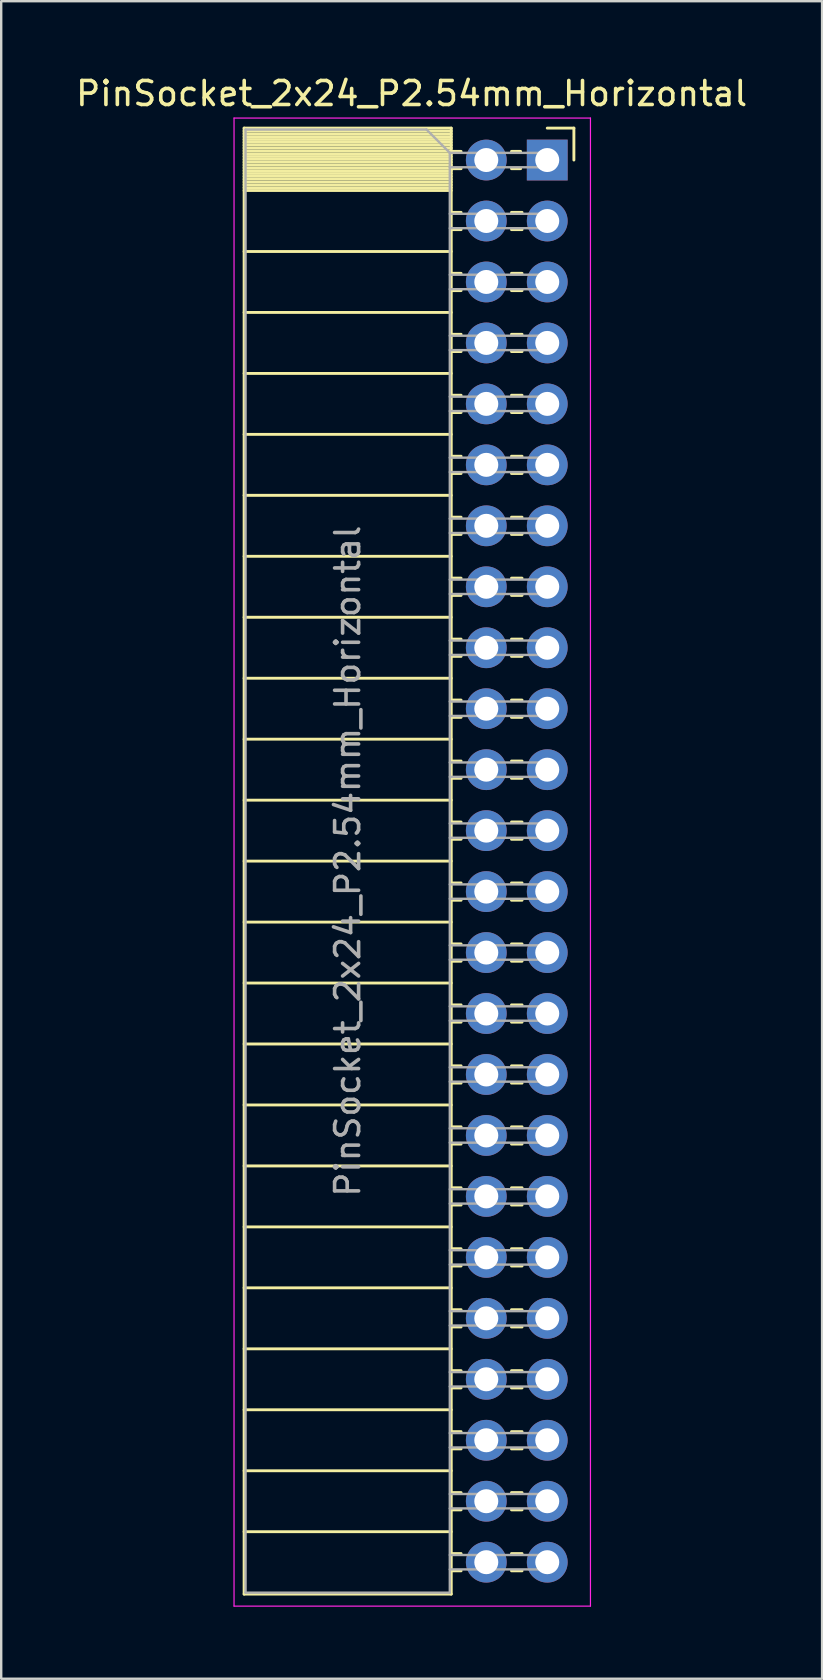
<source format=kicad_pcb>
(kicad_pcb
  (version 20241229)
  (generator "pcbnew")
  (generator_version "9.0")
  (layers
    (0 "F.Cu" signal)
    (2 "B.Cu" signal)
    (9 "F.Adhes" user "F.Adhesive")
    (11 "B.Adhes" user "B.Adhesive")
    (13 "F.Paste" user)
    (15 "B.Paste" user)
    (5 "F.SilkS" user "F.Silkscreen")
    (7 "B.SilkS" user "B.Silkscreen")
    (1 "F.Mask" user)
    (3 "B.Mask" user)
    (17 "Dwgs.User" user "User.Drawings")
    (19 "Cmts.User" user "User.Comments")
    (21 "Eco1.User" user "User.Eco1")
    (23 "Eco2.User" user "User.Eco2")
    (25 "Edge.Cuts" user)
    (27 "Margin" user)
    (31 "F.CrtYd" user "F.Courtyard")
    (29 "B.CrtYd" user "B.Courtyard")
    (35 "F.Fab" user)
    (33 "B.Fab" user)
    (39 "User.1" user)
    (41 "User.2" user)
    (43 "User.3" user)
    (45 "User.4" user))
  (footprint "PinSocket_2x24_P2.54mm_Horizontal"
    (layer "F.Cu")
    (at 19.751 3.618)
    (property "Reference" "PinSocket_2x24_P2.54mm_Horizontal" (at -5.65 -2.77 0) (layer "F.SilkS") (effects (font (size 1 1) (thickness 0.15))))
    (attr through_hole)
    (fp_line (start -12.63 -1.33) (end -12.63 59.75) (stroke (width 0.12) (type solid)) (layer "F.SilkS"))
    (fp_line (start -12.63 -1.33) (end -4 -1.33) (stroke (width 0.12) (type solid)) (layer "F.SilkS"))
    (fp_line (start -12.63 -1.21) (end -4 -1.21) (stroke (width 0.12) (type solid)) (layer "F.SilkS"))
    (fp_line (start -12.63 -1.092) (end -4 -1.092) (stroke (width 0.12) (type solid)) (layer "F.SilkS"))
    (fp_line (start -12.63 -0.974) (end -4 -0.974) (stroke (width 0.12) (type solid)) (layer "F.SilkS"))
    (fp_line (start -12.63 -0.856) (end -4 -0.856) (stroke (width 0.12) (type solid)) (layer "F.SilkS"))
    (fp_line (start -12.63 -0.738) (end -4 -0.738) (stroke (width 0.12) (type solid)) (layer "F.SilkS"))
    (fp_line (start -12.63 -0.62) (end -4 -0.62) (stroke (width 0.12) (type solid)) (layer "F.SilkS"))
    (fp_line (start -12.63 -0.501) (end -4 -0.501) (stroke (width 0.12) (type solid)) (layer "F.SilkS"))
    (fp_line (start -12.63 -0.383) (end -4 -0.383) (stroke (width 0.12) (type solid)) (layer "F.SilkS"))
    (fp_line (start -12.63 -0.265) (end -4 -0.265) (stroke (width 0.12) (type solid)) (layer "F.SilkS"))
    (fp_line (start -12.63 -0.147) (end -4 -0.147) (stroke (width 0.12) (type solid)) (layer "F.SilkS"))
    (fp_line (start -12.63 -0.029) (end -4 -0.029) (stroke (width 0.12) (type solid)) (layer "F.SilkS"))
    (fp_line (start -12.63 0.089) (end -4 0.089) (stroke (width 0.12) (type solid)) (layer "F.SilkS"))
    (fp_line (start -12.63 0.207) (end -4 0.207) (stroke (width 0.12) (type solid)) (layer "F.SilkS"))
    (fp_line (start -12.63 0.325) (end -4 0.325) (stroke (width 0.12) (type solid)) (layer "F.SilkS"))
    (fp_line (start -12.63 0.443) (end -4 0.443) (stroke (width 0.12) (type solid)) (layer "F.SilkS"))
    (fp_line (start -12.63 0.561) (end -4 0.561) (stroke (width 0.12) (type solid)) (layer "F.SilkS"))
    (fp_line (start -12.63 0.68) (end -4 0.68) (stroke (width 0.12) (type solid)) (layer "F.SilkS"))
    (fp_line (start -12.63 0.798) (end -4 0.798) (stroke (width 0.12) (type solid)) (layer "F.SilkS"))
    (fp_line (start -12.63 0.916) (end -4 0.916) (stroke (width 0.12) (type solid)) (layer "F.SilkS"))
    (fp_line (start -12.63 1.034) (end -4 1.034) (stroke (width 0.12) (type solid)) (layer "F.SilkS"))
    (fp_line (start -12.63 1.152) (end -4 1.152) (stroke (width 0.12) (type solid)) (layer "F.SilkS"))
    (fp_line (start -12.63 1.27) (end -4 1.27) (stroke (width 0.12) (type solid)) (layer "F.SilkS"))
    (fp_line (start -12.63 3.81) (end -4 3.81) (stroke (width 0.12) (type solid)) (layer "F.SilkS"))
    (fp_line (start -12.63 6.35) (end -4 6.35) (stroke (width 0.12) (type solid)) (layer "F.SilkS"))
    (fp_line (start -12.63 8.89) (end -4 8.89) (stroke (width 0.12) (type solid)) (layer "F.SilkS"))
    (fp_line (start -12.63 11.43) (end -4 11.43) (stroke (width 0.12) (type solid)) (layer "F.SilkS"))
    (fp_line (start -12.63 13.97) (end -4 13.97) (stroke (width 0.12) (type solid)) (layer "F.SilkS"))
    (fp_line (start -12.63 16.51) (end -4 16.51) (stroke (width 0.12) (type solid)) (layer "F.SilkS"))
    (fp_line (start -12.63 19.05) (end -4 19.05) (stroke (width 0.12) (type solid)) (layer "F.SilkS"))
    (fp_line (start -12.63 21.59) (end -4 21.59) (stroke (width 0.12) (type solid)) (layer "F.SilkS"))
    (fp_line (start -12.63 24.13) (end -4 24.13) (stroke (width 0.12) (type solid)) (layer "F.SilkS"))
    (fp_line (start -12.63 26.67) (end -4 26.67) (stroke (width 0.12) (type solid)) (layer "F.SilkS"))
    (fp_line (start -12.63 29.21) (end -4 29.21) (stroke (width 0.12) (type solid)) (layer "F.SilkS"))
    (fp_line (start -12.63 31.75) (end -4 31.75) (stroke (width 0.12) (type solid)) (layer "F.SilkS"))
    (fp_line (start -12.63 34.29) (end -4 34.29) (stroke (width 0.12) (type solid)) (layer "F.SilkS"))
    (fp_line (start -12.63 36.83) (end -4 36.83) (stroke (width 0.12) (type solid)) (layer "F.SilkS"))
    (fp_line (start -12.63 39.37) (end -4 39.37) (stroke (width 0.12) (type solid)) (layer "F.SilkS"))
    (fp_line (start -12.63 41.91) (end -4 41.91) (stroke (width 0.12) (type solid)) (layer "F.SilkS"))
    (fp_line (start -12.63 44.45) (end -4 44.45) (stroke (width 0.12) (type solid)) (layer "F.SilkS"))
    (fp_line (start -12.63 46.99) (end -4 46.99) (stroke (width 0.12) (type solid)) (layer "F.SilkS"))
    (fp_line (start -12.63 49.53) (end -4 49.53) (stroke (width 0.12) (type solid)) (layer "F.SilkS"))
    (fp_line (start -12.63 52.07) (end -4 52.07) (stroke (width 0.12) (type solid)) (layer "F.SilkS"))
    (fp_line (start -12.63 54.61) (end -4 54.61) (stroke (width 0.12) (type solid)) (layer "F.SilkS"))
    (fp_line (start -12.63 57.15) (end -4 57.15) (stroke (width 0.12) (type solid)) (layer "F.SilkS"))
    (fp_line (start -12.63 59.75) (end -4 59.75) (stroke (width 0.12) (type solid)) (layer "F.SilkS"))
    (fp_line (start -4 -1.33) (end -4 59.75) (stroke (width 0.12) (type solid)) (layer "F.SilkS"))
    (fp_line (start -4 -0.36) (end -3.59 -0.36) (stroke (width 0.12) (type solid)) (layer "F.SilkS"))
    (fp_line (start -4 0.36) (end -3.59 0.36) (stroke (width 0.12) (type solid)) (layer "F.SilkS"))
    (fp_line (start -4 2.18) (end -3.59 2.18) (stroke (width 0.12) (type solid)) (layer "F.SilkS"))
    (fp_line (start -4 2.9) (end -3.59 2.9) (stroke (width 0.12) (type solid)) (layer "F.SilkS"))
    (fp_line (start -4 4.72) (end -3.59 4.72) (stroke (width 0.12) (type solid)) (layer "F.SilkS"))
    (fp_line (start -4 5.44) (end -3.59 5.44) (stroke (width 0.12) (type solid)) (layer "F.SilkS"))
    (fp_line (start -4 7.26) (end -3.59 7.26) (stroke (width 0.12) (type solid)) (layer "F.SilkS"))
    (fp_line (start -4 7.98) (end -3.59 7.98) (stroke (width 0.12) (type solid)) (layer "F.SilkS"))
    (fp_line (start -4 9.8) (end -3.59 9.8) (stroke (width 0.12) (type solid)) (layer "F.SilkS"))
    (fp_line (start -4 10.52) (end -3.59 10.52) (stroke (width 0.12) (type solid)) (layer "F.SilkS"))
    (fp_line (start -4 12.34) (end -3.59 12.34) (stroke (width 0.12) (type solid)) (layer "F.SilkS"))
    (fp_line (start -4 13.06) (end -3.59 13.06) (stroke (width 0.12) (type solid)) (layer "F.SilkS"))
    (fp_line (start -4 14.88) (end -3.59 14.88) (stroke (width 0.12) (type solid)) (layer "F.SilkS"))
    (fp_line (start -4 15.6) (end -3.59 15.6) (stroke (width 0.12) (type solid)) (layer "F.SilkS"))
    (fp_line (start -4 17.42) (end -3.59 17.42) (stroke (width 0.12) (type solid)) (layer "F.SilkS"))
    (fp_line (start -4 18.14) (end -3.59 18.14) (stroke (width 0.12) (type solid)) (layer "F.SilkS"))
    (fp_line (start -4 19.96) (end -3.59 19.96) (stroke (width 0.12) (type solid)) (layer "F.SilkS"))
    (fp_line (start -4 20.68) (end -3.59 20.68) (stroke (width 0.12) (type solid)) (layer "F.SilkS"))
    (fp_line (start -4 22.5) (end -3.59 22.5) (stroke (width 0.12) (type solid)) (layer "F.SilkS"))
    (fp_line (start -4 23.22) (end -3.59 23.22) (stroke (width 0.12) (type solid)) (layer "F.SilkS"))
    (fp_line (start -4 25.04) (end -3.59 25.04) (stroke (width 0.12) (type solid)) (layer "F.SilkS"))
    (fp_line (start -4 25.76) (end -3.59 25.76) (stroke (width 0.12) (type solid)) (layer "F.SilkS"))
    (fp_line (start -4 27.58) (end -3.59 27.58) (stroke (width 0.12) (type solid)) (layer "F.SilkS"))
    (fp_line (start -4 28.3) (end -3.59 28.3) (stroke (width 0.12) (type solid)) (layer "F.SilkS"))
    (fp_line (start -4 30.12) (end -3.59 30.12) (stroke (width 0.12) (type solid)) (layer "F.SilkS"))
    (fp_line (start -4 30.84) (end -3.59 30.84) (stroke (width 0.12) (type solid)) (layer "F.SilkS"))
    (fp_line (start -4 32.66) (end -3.59 32.66) (stroke (width 0.12) (type solid)) (layer "F.SilkS"))
    (fp_line (start -4 33.38) (end -3.59 33.38) (stroke (width 0.12) (type solid)) (layer "F.SilkS"))
    (fp_line (start -4 35.2) (end -3.59 35.2) (stroke (width 0.12) (type solid)) (layer "F.SilkS"))
    (fp_line (start -4 35.92) (end -3.59 35.92) (stroke (width 0.12) (type solid)) (layer "F.SilkS"))
    (fp_line (start -4 37.74) (end -3.59 37.74) (stroke (width 0.12) (type solid)) (layer "F.SilkS"))
    (fp_line (start -4 38.46) (end -3.59 38.46) (stroke (width 0.12) (type solid)) (layer "F.SilkS"))
    (fp_line (start -4 40.28) (end -3.59 40.28) (stroke (width 0.12) (type solid)) (layer "F.SilkS"))
    (fp_line (start -4 41) (end -3.59 41) (stroke (width 0.12) (type solid)) (layer "F.SilkS"))
    (fp_line (start -4 42.82) (end -3.59 42.82) (stroke (width 0.12) (type solid)) (layer "F.SilkS"))
    (fp_line (start -4 43.54) (end -3.59 43.54) (stroke (width 0.12) (type solid)) (layer "F.SilkS"))
    (fp_line (start -4 45.36) (end -3.59 45.36) (stroke (width 0.12) (type solid)) (layer "F.SilkS"))
    (fp_line (start -4 46.08) (end -3.59 46.08) (stroke (width 0.12) (type solid)) (layer "F.SilkS"))
    (fp_line (start -4 47.9) (end -3.59 47.9) (stroke (width 0.12) (type solid)) (layer "F.SilkS"))
    (fp_line (start -4 48.62) (end -3.59 48.62) (stroke (width 0.12) (type solid)) (layer "F.SilkS"))
    (fp_line (start -4 50.44) (end -3.59 50.44) (stroke (width 0.12) (type solid)) (layer "F.SilkS"))
    (fp_line (start -4 51.16) (end -3.59 51.16) (stroke (width 0.12) (type solid)) (layer "F.SilkS"))
    (fp_line (start -4 52.98) (end -3.59 52.98) (stroke (width 0.12) (type solid)) (layer "F.SilkS"))
    (fp_line (start -4 53.7) (end -3.59 53.7) (stroke (width 0.12) (type solid)) (layer "F.SilkS"))
    (fp_line (start -4 55.52) (end -3.59 55.52) (stroke (width 0.12) (type solid)) (layer "F.SilkS"))
    (fp_line (start -4 56.24) (end -3.59 56.24) (stroke (width 0.12) (type solid)) (layer "F.SilkS"))
    (fp_line (start -4 58.06) (end -3.59 58.06) (stroke (width 0.12) (type solid)) (layer "F.SilkS"))
    (fp_line (start -4 58.78) (end -3.59 58.78) (stroke (width 0.12) (type solid)) (layer "F.SilkS"))
    (fp_line (start -1.49 -0.36) (end -1.11 -0.36) (stroke (width 0.12) (type solid)) (layer "F.SilkS"))
    (fp_line (start -1.49 0.36) (end -1.11 0.36) (stroke (width 0.12) (type solid)) (layer "F.SilkS"))
    (fp_line (start -1.49 2.18) (end -1.05 2.18) (stroke (width 0.12) (type solid)) (layer "F.SilkS"))
    (fp_line (start -1.49 2.9) (end -1.05 2.9) (stroke (width 0.12) (type solid)) (layer "F.SilkS"))
    (fp_line (start -1.49 4.72) (end -1.05 4.72) (stroke (width 0.12) (type solid)) (layer "F.SilkS"))
    (fp_line (start -1.49 5.44) (end -1.05 5.44) (stroke (width 0.12) (type solid)) (layer "F.SilkS"))
    (fp_line (start -1.49 7.26) (end -1.05 7.26) (stroke (width 0.12) (type solid)) (layer "F.SilkS"))
    (fp_line (start -1.49 7.98) (end -1.05 7.98) (stroke (width 0.12) (type solid)) (layer "F.SilkS"))
    (fp_line (start -1.49 9.8) (end -1.05 9.8) (stroke (width 0.12) (type solid)) (layer "F.SilkS"))
    (fp_line (start -1.49 10.52) (end -1.05 10.52) (stroke (width 0.12) (type solid)) (layer "F.SilkS"))
    (fp_line (start -1.49 12.34) (end -1.05 12.34) (stroke (width 0.12) (type solid)) (layer "F.SilkS"))
    (fp_line (start -1.49 13.06) (end -1.05 13.06) (stroke (width 0.12) (type solid)) (layer "F.SilkS"))
    (fp_line (start -1.49 14.88) (end -1.05 14.88) (stroke (width 0.12) (type solid)) (layer "F.SilkS"))
    (fp_line (start -1.49 15.6) (end -1.05 15.6) (stroke (width 0.12) (type solid)) (layer "F.SilkS"))
    (fp_line (start -1.49 17.42) (end -1.05 17.42) (stroke (width 0.12) (type solid)) (layer "F.SilkS"))
    (fp_line (start -1.49 18.14) (end -1.05 18.14) (stroke (width 0.12) (type solid)) (layer "F.SilkS"))
    (fp_line (start -1.49 19.96) (end -1.05 19.96) (stroke (width 0.12) (type solid)) (layer "F.SilkS"))
    (fp_line (start -1.49 20.68) (end -1.05 20.68) (stroke (width 0.12) (type solid)) (layer "F.SilkS"))
    (fp_line (start -1.49 22.5) (end -1.05 22.5) (stroke (width 0.12) (type solid)) (layer "F.SilkS"))
    (fp_line (start -1.49 23.22) (end -1.05 23.22) (stroke (width 0.12) (type solid)) (layer "F.SilkS"))
    (fp_line (start -1.49 25.04) (end -1.05 25.04) (stroke (width 0.12) (type solid)) (layer "F.SilkS"))
    (fp_line (start -1.49 25.76) (end -1.05 25.76) (stroke (width 0.12) (type solid)) (layer "F.SilkS"))
    (fp_line (start -1.49 27.58) (end -1.05 27.58) (stroke (width 0.12) (type solid)) (layer "F.SilkS"))
    (fp_line (start -1.49 28.3) (end -1.05 28.3) (stroke (width 0.12) (type solid)) (layer "F.SilkS"))
    (fp_line (start -1.49 30.12) (end -1.05 30.12) (stroke (width 0.12) (type solid)) (layer "F.SilkS"))
    (fp_line (start -1.49 30.84) (end -1.05 30.84) (stroke (width 0.12) (type solid)) (layer "F.SilkS"))
    (fp_line (start -1.49 32.66) (end -1.05 32.66) (stroke (width 0.12) (type solid)) (layer "F.SilkS"))
    (fp_line (start -1.49 33.38) (end -1.05 33.38) (stroke (width 0.12) (type solid)) (layer "F.SilkS"))
    (fp_line (start -1.49 35.2) (end -1.05 35.2) (stroke (width 0.12) (type solid)) (layer "F.SilkS"))
    (fp_line (start -1.49 35.92) (end -1.05 35.92) (stroke (width 0.12) (type solid)) (layer "F.SilkS"))
    (fp_line (start -1.49 37.74) (end -1.05 37.74) (stroke (width 0.12) (type solid)) (layer "F.SilkS"))
    (fp_line (start -1.49 38.46) (end -1.05 38.46) (stroke (width 0.12) (type solid)) (layer "F.SilkS"))
    (fp_line (start -1.49 40.28) (end -1.05 40.28) (stroke (width 0.12) (type solid)) (layer "F.SilkS"))
    (fp_line (start -1.49 41) (end -1.05 41) (stroke (width 0.12) (type solid)) (layer "F.SilkS"))
    (fp_line (start -1.49 42.82) (end -1.05 42.82) (stroke (width 0.12) (type solid)) (layer "F.SilkS"))
    (fp_line (start -1.49 43.54) (end -1.05 43.54) (stroke (width 0.12) (type solid)) (layer "F.SilkS"))
    (fp_line (start -1.49 45.36) (end -1.05 45.36) (stroke (width 0.12) (type solid)) (layer "F.SilkS"))
    (fp_line (start -1.49 46.08) (end -1.05 46.08) (stroke (width 0.12) (type solid)) (layer "F.SilkS"))
    (fp_line (start -1.49 47.9) (end -1.05 47.9) (stroke (width 0.12) (type solid)) (layer "F.SilkS"))
    (fp_line (start -1.49 48.62) (end -1.05 48.62) (stroke (width 0.12) (type solid)) (layer "F.SilkS"))
    (fp_line (start -1.49 50.44) (end -1.05 50.44) (stroke (width 0.12) (type solid)) (layer "F.SilkS"))
    (fp_line (start -1.49 51.16) (end -1.05 51.16) (stroke (width 0.12) (type solid)) (layer "F.SilkS"))
    (fp_line (start -1.49 52.98) (end -1.05 52.98) (stroke (width 0.12) (type solid)) (layer "F.SilkS"))
    (fp_line (start -1.49 53.7) (end -1.05 53.7) (stroke (width 0.12) (type solid)) (layer "F.SilkS"))
    (fp_line (start -1.49 55.52) (end -1.05 55.52) (stroke (width 0.12) (type solid)) (layer "F.SilkS"))
    (fp_line (start -1.49 56.24) (end -1.05 56.24) (stroke (width 0.12) (type solid)) (layer "F.SilkS"))
    (fp_line (start -1.49 58.06) (end -1.05 58.06) (stroke (width 0.12) (type solid)) (layer "F.SilkS"))
    (fp_line (start -1.49 58.78) (end -1.05 58.78) (stroke (width 0.12) (type solid)) (layer "F.SilkS"))
    (fp_line (start 0 -1.33) (end 1.11 -1.33) (stroke (width 0.12) (type solid)) (layer "F.SilkS"))
    (fp_line (start 1.11 -1.33) (end 1.11 0) (stroke (width 0.12) (type solid)) (layer "F.SilkS"))
    (fp_line (start -13.05 -1.75) (end -13.05 60.25) (stroke (width 0.05) (type solid)) (layer "F.CrtYd"))
    (fp_line (start -13.05 60.25) (end 1.8 60.25) (stroke (width 0.05) (type solid)) (layer "F.CrtYd"))
    (fp_line (start 1.8 -1.75) (end -13.05 -1.75) (stroke (width 0.05) (type solid)) (layer "F.CrtYd"))
    (fp_line (start 1.8 60.25) (end 1.8 -1.75) (stroke (width 0.05) (type solid)) (layer "F.CrtYd"))
    (fp_line (start -12.57 -1.27) (end -5.03 -1.27) (stroke (width 0.1) (type solid)) (layer "F.Fab"))
    (fp_line (start -12.57 59.69) (end -12.57 -1.27) (stroke (width 0.1) (type solid)) (layer "F.Fab"))
    (fp_line (start -5.03 -1.27) (end -4.06 -0.3) (stroke (width 0.1) (type solid)) (layer "F.Fab"))
    (fp_line (start -4.06 -0.3) (end -4.06 59.69) (stroke (width 0.1) (type solid)) (layer "F.Fab"))
    (fp_line (start -4.06 0.3) (end 0 0.3) (stroke (width 0.1) (type solid)) (layer "F.Fab"))
    (fp_line (start -4.06 2.84) (end 0 2.84) (stroke (width 0.1) (type solid)) (layer "F.Fab"))
    (fp_line (start -4.06 5.38) (end 0 5.38) (stroke (width 0.1) (type solid)) (layer "F.Fab"))
    (fp_line (start -4.06 7.92) (end 0 7.92) (stroke (width 0.1) (type solid)) (layer "F.Fab"))
    (fp_line (start -4.06 10.46) (end 0 10.46) (stroke (width 0.1) (type solid)) (layer "F.Fab"))
    (fp_line (start -4.06 13) (end 0 13) (stroke (width 0.1) (type solid)) (layer "F.Fab"))
    (fp_line (start -4.06 15.54) (end 0 15.54) (stroke (width 0.1) (type solid)) (layer "F.Fab"))
    (fp_line (start -4.06 18.08) (end 0 18.08) (stroke (width 0.1) (type solid)) (layer "F.Fab"))
    (fp_line (start -4.06 20.62) (end 0 20.62) (stroke (width 0.1) (type solid)) (layer "F.Fab"))
    (fp_line (start -4.06 23.16) (end 0 23.16) (stroke (width 0.1) (type solid)) (layer "F.Fab"))
    (fp_line (start -4.06 25.7) (end 0 25.7) (stroke (width 0.1) (type solid)) (layer "F.Fab"))
    (fp_line (start -4.06 28.24) (end 0 28.24) (stroke (width 0.1) (type solid)) (layer "F.Fab"))
    (fp_line (start -4.06 30.78) (end 0 30.78) (stroke (width 0.1) (type solid)) (layer "F.Fab"))
    (fp_line (start -4.06 33.32) (end 0 33.32) (stroke (width 0.1) (type solid)) (layer "F.Fab"))
    (fp_line (start -4.06 35.86) (end 0 35.86) (stroke (width 0.1) (type solid)) (layer "F.Fab"))
    (fp_line (start -4.06 38.4) (end 0 38.4) (stroke (width 0.1) (type solid)) (layer "F.Fab"))
    (fp_line (start -4.06 40.94) (end 0 40.94) (stroke (width 0.1) (type solid)) (layer "F.Fab"))
    (fp_line (start -4.06 43.48) (end 0 43.48) (stroke (width 0.1) (type solid)) (layer "F.Fab"))
    (fp_line (start -4.06 46.02) (end 0 46.02) (stroke (width 0.1) (type solid)) (layer "F.Fab"))
    (fp_line (start -4.06 48.56) (end 0 48.56) (stroke (width 0.1) (type solid)) (layer "F.Fab"))
    (fp_line (start -4.06 51.1) (end 0 51.1) (stroke (width 0.1) (type solid)) (layer "F.Fab"))
    (fp_line (start -4.06 53.64) (end 0 53.64) (stroke (width 0.1) (type solid)) (layer "F.Fab"))
    (fp_line (start -4.06 56.18) (end 0 56.18) (stroke (width 0.1) (type solid)) (layer "F.Fab"))
    (fp_line (start -4.06 58.72) (end 0 58.72) (stroke (width 0.1) (type solid)) (layer "F.Fab"))
    (fp_line (start -4.06 59.69) (end -12.57 59.69) (stroke (width 0.1) (type solid)) (layer "F.Fab"))
    (fp_line (start 0 -0.3) (end -4.06 -0.3) (stroke (width 0.1) (type solid)) (layer "F.Fab"))
    (fp_line (start 0 0.3) (end 0 -0.3) (stroke (width 0.1) (type solid)) (layer "F.Fab"))
    (fp_line (start 0 2.24) (end -4.06 2.24) (stroke (width 0.1) (type solid)) (layer "F.Fab"))
    (fp_line (start 0 2.84) (end 0 2.24) (stroke (width 0.1) (type solid)) (layer "F.Fab"))
    (fp_line (start 0 4.78) (end -4.06 4.78) (stroke (width 0.1) (type solid)) (layer "F.Fab"))
    (fp_line (start 0 5.38) (end 0 4.78) (stroke (width 0.1) (type solid)) (layer "F.Fab"))
    (fp_line (start 0 7.32) (end -4.06 7.32) (stroke (width 0.1) (type solid)) (layer "F.Fab"))
    (fp_line (start 0 7.92) (end 0 7.32) (stroke (width 0.1) (type solid)) (layer "F.Fab"))
    (fp_line (start 0 9.86) (end -4.06 9.86) (stroke (width 0.1) (type solid)) (layer "F.Fab"))
    (fp_line (start 0 10.46) (end 0 9.86) (stroke (width 0.1) (type solid)) (layer "F.Fab"))
    (fp_line (start 0 12.4) (end -4.06 12.4) (stroke (width 0.1) (type solid)) (layer "F.Fab"))
    (fp_line (start 0 13) (end 0 12.4) (stroke (width 0.1) (type solid)) (layer "F.Fab"))
    (fp_line (start 0 14.94) (end -4.06 14.94) (stroke (width 0.1) (type solid)) (layer "F.Fab"))
    (fp_line (start 0 15.54) (end 0 14.94) (stroke (width 0.1) (type solid)) (layer "F.Fab"))
    (fp_line (start 0 17.48) (end -4.06 17.48) (stroke (width 0.1) (type solid)) (layer "F.Fab"))
    (fp_line (start 0 18.08) (end 0 17.48) (stroke (width 0.1) (type solid)) (layer "F.Fab"))
    (fp_line (start 0 20.02) (end -4.06 20.02) (stroke (width 0.1) (type solid)) (layer "F.Fab"))
    (fp_line (start 0 20.62) (end 0 20.02) (stroke (width 0.1) (type solid)) (layer "F.Fab"))
    (fp_line (start 0 22.56) (end -4.06 22.56) (stroke (width 0.1) (type solid)) (layer "F.Fab"))
    (fp_line (start 0 23.16) (end 0 22.56) (stroke (width 0.1) (type solid)) (layer "F.Fab"))
    (fp_line (start 0 25.1) (end -4.06 25.1) (stroke (width 0.1) (type solid)) (layer "F.Fab"))
    (fp_line (start 0 25.7) (end 0 25.1) (stroke (width 0.1) (type solid)) (layer "F.Fab"))
    (fp_line (start 0 27.64) (end -4.06 27.64) (stroke (width 0.1) (type solid)) (layer "F.Fab"))
    (fp_line (start 0 28.24) (end 0 27.64) (stroke (width 0.1) (type solid)) (layer "F.Fab"))
    (fp_line (start 0 30.18) (end -4.06 30.18) (stroke (width 0.1) (type solid)) (layer "F.Fab"))
    (fp_line (start 0 30.78) (end 0 30.18) (stroke (width 0.1) (type solid)) (layer "F.Fab"))
    (fp_line (start 0 32.72) (end -4.06 32.72) (stroke (width 0.1) (type solid)) (layer "F.Fab"))
    (fp_line (start 0 33.32) (end 0 32.72) (stroke (width 0.1) (type solid)) (layer "F.Fab"))
    (fp_line (start 0 35.26) (end -4.06 35.26) (stroke (width 0.1) (type solid)) (layer "F.Fab"))
    (fp_line (start 0 35.86) (end 0 35.26) (stroke (width 0.1) (type solid)) (layer "F.Fab"))
    (fp_line (start 0 37.8) (end -4.06 37.8) (stroke (width 0.1) (type solid)) (layer "F.Fab"))
    (fp_line (start 0 38.4) (end 0 37.8) (stroke (width 0.1) (type solid)) (layer "F.Fab"))
    (fp_line (start 0 40.34) (end -4.06 40.34) (stroke (width 0.1) (type solid)) (layer "F.Fab"))
    (fp_line (start 0 40.94) (end 0 40.34) (stroke (width 0.1) (type solid)) (layer "F.Fab"))
    (fp_line (start 0 42.88) (end -4.06 42.88) (stroke (width 0.1) (type solid)) (layer "F.Fab"))
    (fp_line (start 0 43.48) (end 0 42.88) (stroke (width 0.1) (type solid)) (layer "F.Fab"))
    (fp_line (start 0 45.42) (end -4.06 45.42) (stroke (width 0.1) (type solid)) (layer "F.Fab"))
    (fp_line (start 0 46.02) (end 0 45.42) (stroke (width 0.1) (type solid)) (layer "F.Fab"))
    (fp_line (start 0 47.96) (end -4.06 47.96) (stroke (width 0.1) (type solid)) (layer "F.Fab"))
    (fp_line (start 0 48.56) (end 0 47.96) (stroke (width 0.1) (type solid)) (layer "F.Fab"))
    (fp_line (start 0 50.5) (end -4.06 50.5) (stroke (width 0.1) (type solid)) (layer "F.Fab"))
    (fp_line (start 0 51.1) (end 0 50.5) (stroke (width 0.1) (type solid)) (layer "F.Fab"))
    (fp_line (start 0 53.04) (end -4.06 53.04) (stroke (width 0.1) (type solid)) (layer "F.Fab"))
    (fp_line (start 0 53.64) (end 0 53.04) (stroke (width 0.1) (type solid)) (layer "F.Fab"))
    (fp_line (start 0 55.58) (end -4.06 55.58) (stroke (width 0.1) (type solid)) (layer "F.Fab"))
    (fp_line (start 0 56.18) (end 0 55.58) (stroke (width 0.1) (type solid)) (layer "F.Fab"))
    (fp_line (start 0 58.12) (end -4.06 58.12) (stroke (width 0.1) (type solid)) (layer "F.Fab"))
    (fp_line (start 0 58.72) (end 0 58.12) (stroke (width 0.1) (type solid)) (layer "F.Fab"))
    (fp_text user "${REFERENCE}" (at -8.315 29.21 90) (layer "F.Fab") (effects (font (size 1 1) (thickness 0.15))))
    (pad "1" thru_hole rect (at 0 0) (size 1.7 1.7) (drill 1) (layers "*.Cu" "*.Mask"))
    (pad "2" thru_hole oval (at -2.54 0) (size 1.7 1.7) (drill 1) (layers "*.Cu" "*.Mask"))
    (pad "3" thru_hole oval (at 0 2.54) (size 1.7 1.7) (drill 1) (layers "*.Cu" "*.Mask"))
    (pad "4" thru_hole oval (at -2.54 2.54) (size 1.7 1.7) (drill 1) (layers "*.Cu" "*.Mask"))
    (pad "5" thru_hole oval (at 0 5.08) (size 1.7 1.7) (drill 1) (layers "*.Cu" "*.Mask"))
    (pad "6" thru_hole oval (at -2.54 5.08) (size 1.7 1.7) (drill 1) (layers "*.Cu" "*.Mask"))
    (pad "7" thru_hole oval (at 0 7.62) (size 1.7 1.7) (drill 1) (layers "*.Cu" "*.Mask"))
    (pad "8" thru_hole oval (at -2.54 7.62) (size 1.7 1.7) (drill 1) (layers "*.Cu" "*.Mask"))
    (pad "9" thru_hole oval (at 0 10.16) (size 1.7 1.7) (drill 1) (layers "*.Cu" "*.Mask"))
    (pad "10" thru_hole oval (at -2.54 10.16) (size 1.7 1.7) (drill 1) (layers "*.Cu" "*.Mask"))
    (pad "11" thru_hole oval (at 0 12.7) (size 1.7 1.7) (drill 1) (layers "*.Cu" "*.Mask"))
    (pad "12" thru_hole oval (at -2.54 12.7) (size 1.7 1.7) (drill 1) (layers "*.Cu" "*.Mask"))
    (pad "13" thru_hole oval (at 0 15.24) (size 1.7 1.7) (drill 1) (layers "*.Cu" "*.Mask"))
    (pad "14" thru_hole oval (at -2.54 15.24) (size 1.7 1.7) (drill 1) (layers "*.Cu" "*.Mask"))
    (pad "15" thru_hole oval (at 0 17.78) (size 1.7 1.7) (drill 1) (layers "*.Cu" "*.Mask"))
    (pad "16" thru_hole oval (at -2.54 17.78) (size 1.7 1.7) (drill 1) (layers "*.Cu" "*.Mask"))
    (pad "17" thru_hole oval (at 0 20.32) (size 1.7 1.7) (drill 1) (layers "*.Cu" "*.Mask"))
    (pad "18" thru_hole oval (at -2.54 20.32) (size 1.7 1.7) (drill 1) (layers "*.Cu" "*.Mask"))
    (pad "19" thru_hole oval (at 0 22.86) (size 1.7 1.7) (drill 1) (layers "*.Cu" "*.Mask"))
    (pad "20" thru_hole oval (at -2.54 22.86) (size 1.7 1.7) (drill 1) (layers "*.Cu" "*.Mask"))
    (pad "21" thru_hole oval (at 0 25.4) (size 1.7 1.7) (drill 1) (layers "*.Cu" "*.Mask"))
    (pad "22" thru_hole oval (at -2.54 25.4) (size 1.7 1.7) (drill 1) (layers "*.Cu" "*.Mask"))
    (pad "23" thru_hole oval (at 0 27.94) (size 1.7 1.7) (drill 1) (layers "*.Cu" "*.Mask"))
    (pad "24" thru_hole oval (at -2.54 27.94) (size 1.7 1.7) (drill 1) (layers "*.Cu" "*.Mask"))
    (pad "25" thru_hole oval (at 0 30.48) (size 1.7 1.7) (drill 1) (layers "*.Cu" "*.Mask"))
    (pad "26" thru_hole oval (at -2.54 30.48) (size 1.7 1.7) (drill 1) (layers "*.Cu" "*.Mask"))
    (pad "27" thru_hole oval (at 0 33.02) (size 1.7 1.7) (drill 1) (layers "*.Cu" "*.Mask"))
    (pad "28" thru_hole oval (at -2.54 33.02) (size 1.7 1.7) (drill 1) (layers "*.Cu" "*.Mask"))
    (pad "29" thru_hole oval (at 0 35.56) (size 1.7 1.7) (drill 1) (layers "*.Cu" "*.Mask"))
    (pad "30" thru_hole oval (at -2.54 35.56) (size 1.7 1.7) (drill 1) (layers "*.Cu" "*.Mask"))
    (pad "31" thru_hole oval (at 0 38.1) (size 1.7 1.7) (drill 1) (layers "*.Cu" "*.Mask"))
    (pad "32" thru_hole oval (at -2.54 38.1) (size 1.7 1.7) (drill 1) (layers "*.Cu" "*.Mask"))
    (pad "33" thru_hole oval (at 0 40.64) (size 1.7 1.7) (drill 1) (layers "*.Cu" "*.Mask"))
    (pad "34" thru_hole oval (at -2.54 40.64) (size 1.7 1.7) (drill 1) (layers "*.Cu" "*.Mask"))
    (pad "35" thru_hole oval (at 0 43.18) (size 1.7 1.7) (drill 1) (layers "*.Cu" "*.Mask"))
    (pad "36" thru_hole oval (at -2.54 43.18) (size 1.7 1.7) (drill 1) (layers "*.Cu" "*.Mask"))
    (pad "37" thru_hole oval (at 0 45.72) (size 1.7 1.7) (drill 1) (layers "*.Cu" "*.Mask"))
    (pad "38" thru_hole oval (at -2.54 45.72) (size 1.7 1.7) (drill 1) (layers "*.Cu" "*.Mask"))
    (pad "39" thru_hole oval (at 0 48.26) (size 1.7 1.7) (drill 1) (layers "*.Cu" "*.Mask"))
    (pad "40" thru_hole oval (at -2.54 48.26) (size 1.7 1.7) (drill 1) (layers "*.Cu" "*.Mask"))
    (pad "41" thru_hole oval (at 0 50.8) (size 1.7 1.7) (drill 1) (layers "*.Cu" "*.Mask"))
    (pad "42" thru_hole oval (at -2.54 50.8) (size 1.7 1.7) (drill 1) (layers "*.Cu" "*.Mask"))
    (pad "43" thru_hole oval (at 0 53.34) (size 1.7 1.7) (drill 1) (layers "*.Cu" "*.Mask"))
    (pad "44" thru_hole oval (at -2.54 53.34) (size 1.7 1.7) (drill 1) (layers "*.Cu" "*.Mask"))
    (pad "45" thru_hole oval (at 0 55.88) (size 1.7 1.7) (drill 1) (layers "*.Cu" "*.Mask"))
    (pad "46" thru_hole oval (at -2.54 55.88) (size 1.7 1.7) (drill 1) (layers "*.Cu" "*.Mask"))
    (pad "47" thru_hole oval (at 0 58.42) (size 1.7 1.7) (drill 1) (layers "*.Cu" "*.Mask"))
    (pad "48" thru_hole oval (at -2.54 58.42) (size 1.7 1.7) (drill 1) (layers "*.Cu" "*.Mask")))
  (gr_rect
    (start -3 -3)
    (end 31.202 66.893)
    (stroke (width 0.1) (type default))
    (fill no)
    (layer "Edge.Cuts")))
</source>
